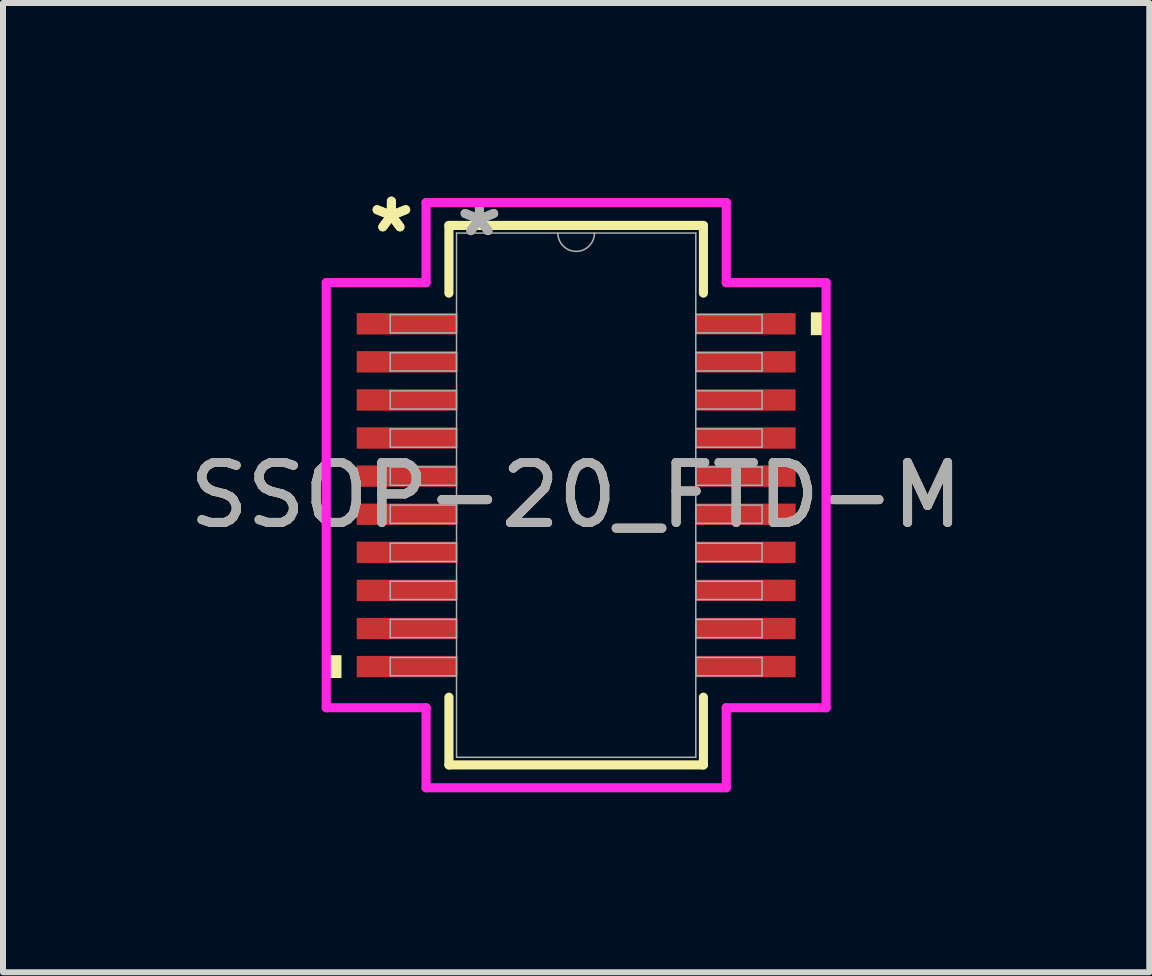
<source format=kicad_pcb>
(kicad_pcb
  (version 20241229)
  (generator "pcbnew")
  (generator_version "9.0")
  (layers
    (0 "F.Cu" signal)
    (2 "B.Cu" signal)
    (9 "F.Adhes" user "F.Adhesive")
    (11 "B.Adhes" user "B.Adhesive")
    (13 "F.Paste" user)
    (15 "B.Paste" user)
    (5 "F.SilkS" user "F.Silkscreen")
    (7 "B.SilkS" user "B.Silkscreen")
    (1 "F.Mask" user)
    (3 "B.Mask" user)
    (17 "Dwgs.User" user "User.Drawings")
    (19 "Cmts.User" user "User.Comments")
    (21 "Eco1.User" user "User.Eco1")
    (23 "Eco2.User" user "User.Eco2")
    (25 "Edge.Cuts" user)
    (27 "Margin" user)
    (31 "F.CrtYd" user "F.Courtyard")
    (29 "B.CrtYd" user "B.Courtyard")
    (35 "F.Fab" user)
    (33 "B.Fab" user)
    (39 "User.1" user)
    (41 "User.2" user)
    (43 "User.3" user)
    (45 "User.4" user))
  (footprint "SSOP-20_FTD-M"
    (layer "F.Cu")
    (at 6.554 5.204)
    (property "Reference" "SSOP-20_FTD-M" (at 0 0 0) (unlocked yes) (layer "F.SilkS") (effects (font (size 1 1) (thickness 0.15))))
    (attr smd)
    (fp_line (start -2.121 -4.496) (end -2.121 -3.368) (stroke (width 0.152) (type solid)) (layer "F.SilkS"))
    (fp_line (start -2.121 3.368) (end -2.121 4.496) (stroke (width 0.152) (type solid)) (layer "F.SilkS"))
    (fp_line (start -2.121 4.496) (end 2.121 4.496) (stroke (width 0.152) (type solid)) (layer "F.SilkS"))
    (fp_line (start 2.121 -4.496) (end -2.121 -4.496) (stroke (width 0.152) (type solid)) (layer "F.SilkS"))
    (fp_line (start 2.121 -3.368) (end 2.121 -4.496) (stroke (width 0.152) (type solid)) (layer "F.SilkS"))
    (fp_line (start 2.121 4.496) (end 2.121 3.368) (stroke (width 0.152) (type solid)) (layer "F.SilkS"))
    (fp_poly (pts (xy -4.166 2.667) (xy -4.166 3.048) (xy -3.912 3.048) (xy -3.912 2.667)) (stroke (width 0) (type solid)) (fill yes) (layer "F.SilkS"))
    (fp_poly (pts (xy 4.166 -3.048) (xy 4.166 -2.667) (xy 3.912 -2.667) (xy 3.912 -3.048)) (stroke (width 0) (type solid)) (fill yes) (layer "F.SilkS"))
    (fp_line (start -4.166 -3.543) (end -2.502 -3.543) (stroke (width 0.152) (type solid)) (layer "F.CrtYd"))
    (fp_line (start -4.166 3.543) (end -4.166 -3.543) (stroke (width 0.152) (type solid)) (layer "F.CrtYd"))
    (fp_line (start -4.166 3.543) (end -2.502 3.543) (stroke (width 0.152) (type solid)) (layer "F.CrtYd"))
    (fp_line (start -2.502 -4.877) (end 2.502 -4.877) (stroke (width 0.152) (type solid)) (layer "F.CrtYd"))
    (fp_line (start -2.502 -3.543) (end -2.502 -4.877) (stroke (width 0.152) (type solid)) (layer "F.CrtYd"))
    (fp_line (start -2.502 4.877) (end -2.502 3.543) (stroke (width 0.152) (type solid)) (layer "F.CrtYd"))
    (fp_line (start 2.502 -4.877) (end 2.502 -3.543) (stroke (width 0.152) (type solid)) (layer "F.CrtYd"))
    (fp_line (start 2.502 3.543) (end 2.502 4.877) (stroke (width 0.152) (type solid)) (layer "F.CrtYd"))
    (fp_line (start 2.502 4.877) (end -2.502 4.877) (stroke (width 0.152) (type solid)) (layer "F.CrtYd"))
    (fp_line (start 4.166 -3.543) (end 2.502 -3.543) (stroke (width 0.152) (type solid)) (layer "F.CrtYd"))
    (fp_line (start 4.166 -3.543) (end 4.166 3.543) (stroke (width 0.152) (type solid)) (layer "F.CrtYd"))
    (fp_line (start 4.166 3.543) (end 2.502 3.543) (stroke (width 0.152) (type solid)) (layer "F.CrtYd"))
    (fp_line (start -3.099 -3.01) (end -3.099 -2.705) (stroke (width 0.025) (type solid)) (layer "F.Fab"))
    (fp_line (start -3.099 -2.705) (end -1.994 -2.705) (stroke (width 0.025) (type solid)) (layer "F.Fab"))
    (fp_line (start -3.099 -2.375) (end -3.099 -2.07) (stroke (width 0.025) (type solid)) (layer "F.Fab"))
    (fp_line (start -3.099 -2.07) (end -1.994 -2.07) (stroke (width 0.025) (type solid)) (layer "F.Fab"))
    (fp_line (start -3.099 -1.74) (end -3.099 -1.435) (stroke (width 0.025) (type solid)) (layer "F.Fab"))
    (fp_line (start -3.099 -1.435) (end -1.994 -1.435) (stroke (width 0.025) (type solid)) (layer "F.Fab"))
    (fp_line (start -3.099 -1.105) (end -3.099 -0.8) (stroke (width 0.025) (type solid)) (layer "F.Fab"))
    (fp_line (start -3.099 -0.8) (end -1.994 -0.8) (stroke (width 0.025) (type solid)) (layer "F.Fab"))
    (fp_line (start -3.099 -0.47) (end -3.099 -0.165) (stroke (width 0.025) (type solid)) (layer "F.Fab"))
    (fp_line (start -3.099 -0.165) (end -1.994 -0.165) (stroke (width 0.025) (type solid)) (layer "F.Fab"))
    (fp_line (start -3.099 0.165) (end -3.099 0.47) (stroke (width 0.025) (type solid)) (layer "F.Fab"))
    (fp_line (start -3.099 0.47) (end -1.994 0.47) (stroke (width 0.025) (type solid)) (layer "F.Fab"))
    (fp_line (start -3.099 0.8) (end -3.099 1.105) (stroke (width 0.025) (type solid)) (layer "F.Fab"))
    (fp_line (start -3.099 1.105) (end -1.994 1.105) (stroke (width 0.025) (type solid)) (layer "F.Fab"))
    (fp_line (start -3.099 1.435) (end -3.099 1.74) (stroke (width 0.025) (type solid)) (layer "F.Fab"))
    (fp_line (start -3.099 1.74) (end -1.994 1.74) (stroke (width 0.025) (type solid)) (layer "F.Fab"))
    (fp_line (start -3.099 2.07) (end -3.099 2.375) (stroke (width 0.025) (type solid)) (layer "F.Fab"))
    (fp_line (start -3.099 2.375) (end -1.994 2.375) (stroke (width 0.025) (type solid)) (layer "F.Fab"))
    (fp_line (start -3.099 2.705) (end -3.099 3.01) (stroke (width 0.025) (type solid)) (layer "F.Fab"))
    (fp_line (start -3.099 3.01) (end -1.994 3.01) (stroke (width 0.025) (type solid)) (layer "F.Fab"))
    (fp_line (start -1.994 -4.369) (end -1.994 4.369) (stroke (width 0.025) (type solid)) (layer "F.Fab"))
    (fp_line (start -1.994 -3.01) (end -3.099 -3.01) (stroke (width 0.025) (type solid)) (layer "F.Fab"))
    (fp_line (start -1.994 -2.705) (end -1.994 -3.01) (stroke (width 0.025) (type solid)) (layer "F.Fab"))
    (fp_line (start -1.994 -2.375) (end -3.099 -2.375) (stroke (width 0.025) (type solid)) (layer "F.Fab"))
    (fp_line (start -1.994 -2.07) (end -1.994 -2.375) (stroke (width 0.025) (type solid)) (layer "F.Fab"))
    (fp_line (start -1.994 -1.74) (end -3.099 -1.74) (stroke (width 0.025) (type solid)) (layer "F.Fab"))
    (fp_line (start -1.994 -1.435) (end -1.994 -1.74) (stroke (width 0.025) (type solid)) (layer "F.Fab"))
    (fp_line (start -1.994 -1.105) (end -3.099 -1.105) (stroke (width 0.025) (type solid)) (layer "F.Fab"))
    (fp_line (start -1.994 -0.8) (end -1.994 -1.105) (stroke (width 0.025) (type solid)) (layer "F.Fab"))
    (fp_line (start -1.994 -0.47) (end -3.099 -0.47) (stroke (width 0.025) (type solid)) (layer "F.Fab"))
    (fp_line (start -1.994 -0.165) (end -1.994 -0.47) (stroke (width 0.025) (type solid)) (layer "F.Fab"))
    (fp_line (start -1.994 0.165) (end -3.099 0.165) (stroke (width 0.025) (type solid)) (layer "F.Fab"))
    (fp_line (start -1.994 0.47) (end -1.994 0.165) (stroke (width 0.025) (type solid)) (layer "F.Fab"))
    (fp_line (start -1.994 0.8) (end -3.099 0.8) (stroke (width 0.025) (type solid)) (layer "F.Fab"))
    (fp_line (start -1.994 1.105) (end -1.994 0.8) (stroke (width 0.025) (type solid)) (layer "F.Fab"))
    (fp_line (start -1.994 1.435) (end -3.099 1.435) (stroke (width 0.025) (type solid)) (layer "F.Fab"))
    (fp_line (start -1.994 1.74) (end -1.994 1.435) (stroke (width 0.025) (type solid)) (layer "F.Fab"))
    (fp_line (start -1.994 2.07) (end -3.099 2.07) (stroke (width 0.025) (type solid)) (layer "F.Fab"))
    (fp_line (start -1.994 2.375) (end -1.994 2.07) (stroke (width 0.025) (type solid)) (layer "F.Fab"))
    (fp_line (start -1.994 2.705) (end -3.099 2.705) (stroke (width 0.025) (type solid)) (layer "F.Fab"))
    (fp_line (start -1.994 3.01) (end -1.994 2.705) (stroke (width 0.025) (type solid)) (layer "F.Fab"))
    (fp_line (start -1.994 4.369) (end 1.994 4.369) (stroke (width 0.025) (type solid)) (layer "F.Fab"))
    (fp_line (start 1.994 -4.369) (end -1.994 -4.369) (stroke (width 0.025) (type solid)) (layer "F.Fab"))
    (fp_line (start 1.994 -3.01) (end 1.994 -2.705) (stroke (width 0.025) (type solid)) (layer "F.Fab"))
    (fp_line (start 1.994 -2.705) (end 3.099 -2.705) (stroke (width 0.025) (type solid)) (layer "F.Fab"))
    (fp_line (start 1.994 -2.375) (end 1.994 -2.07) (stroke (width 0.025) (type solid)) (layer "F.Fab"))
    (fp_line (start 1.994 -2.07) (end 3.099 -2.07) (stroke (width 0.025) (type solid)) (layer "F.Fab"))
    (fp_line (start 1.994 -1.74) (end 1.994 -1.435) (stroke (width 0.025) (type solid)) (layer "F.Fab"))
    (fp_line (start 1.994 -1.435) (end 3.099 -1.435) (stroke (width 0.025) (type solid)) (layer "F.Fab"))
    (fp_line (start 1.994 -1.105) (end 1.994 -0.8) (stroke (width 0.025) (type solid)) (layer "F.Fab"))
    (fp_line (start 1.994 -0.8) (end 3.099 -0.8) (stroke (width 0.025) (type solid)) (layer "F.Fab"))
    (fp_line (start 1.994 -0.47) (end 1.994 -0.165) (stroke (width 0.025) (type solid)) (layer "F.Fab"))
    (fp_line (start 1.994 -0.165) (end 3.099 -0.165) (stroke (width 0.025) (type solid)) (layer "F.Fab"))
    (fp_line (start 1.994 0.165) (end 1.994 0.47) (stroke (width 0.025) (type solid)) (layer "F.Fab"))
    (fp_line (start 1.994 0.47) (end 3.099 0.47) (stroke (width 0.025) (type solid)) (layer "F.Fab"))
    (fp_line (start 1.994 0.8) (end 1.994 1.105) (stroke (width 0.025) (type solid)) (layer "F.Fab"))
    (fp_line (start 1.994 1.105) (end 3.099 1.105) (stroke (width 0.025) (type solid)) (layer "F.Fab"))
    (fp_line (start 1.994 1.435) (end 1.994 1.74) (stroke (width 0.025) (type solid)) (layer "F.Fab"))
    (fp_line (start 1.994 1.74) (end 3.099 1.74) (stroke (width 0.025) (type solid)) (layer "F.Fab"))
    (fp_line (start 1.994 2.07) (end 1.994 2.375) (stroke (width 0.025) (type solid)) (layer "F.Fab"))
    (fp_line (start 1.994 2.375) (end 3.099 2.375) (stroke (width 0.025) (type solid)) (layer "F.Fab"))
    (fp_line (start 1.994 2.705) (end 1.994 3.01) (stroke (width 0.025) (type solid)) (layer "F.Fab"))
    (fp_line (start 1.994 3.01) (end 3.099 3.01) (stroke (width 0.025) (type solid)) (layer "F.Fab"))
    (fp_line (start 1.994 4.369) (end 1.994 -4.369) (stroke (width 0.025) (type solid)) (layer "F.Fab"))
    (fp_line (start 3.099 -3.01) (end 1.994 -3.01) (stroke (width 0.025) (type solid)) (layer "F.Fab"))
    (fp_line (start 3.099 -2.705) (end 3.099 -3.01) (stroke (width 0.025) (type solid)) (layer "F.Fab"))
    (fp_line (start 3.099 -2.375) (end 1.994 -2.375) (stroke (width 0.025) (type solid)) (layer "F.Fab"))
    (fp_line (start 3.099 -2.07) (end 3.099 -2.375) (stroke (width 0.025) (type solid)) (layer "F.Fab"))
    (fp_line (start 3.099 -1.74) (end 1.994 -1.74) (stroke (width 0.025) (type solid)) (layer "F.Fab"))
    (fp_line (start 3.099 -1.435) (end 3.099 -1.74) (stroke (width 0.025) (type solid)) (layer "F.Fab"))
    (fp_line (start 3.099 -1.105) (end 1.994 -1.105) (stroke (width 0.025) (type solid)) (layer "F.Fab"))
    (fp_line (start 3.099 -0.8) (end 3.099 -1.105) (stroke (width 0.025) (type solid)) (layer "F.Fab"))
    (fp_line (start 3.099 -0.47) (end 1.994 -0.47) (stroke (width 0.025) (type solid)) (layer "F.Fab"))
    (fp_line (start 3.099 -0.165) (end 3.099 -0.47) (stroke (width 0.025) (type solid)) (layer "F.Fab"))
    (fp_line (start 3.099 0.165) (end 1.994 0.165) (stroke (width 0.025) (type solid)) (layer "F.Fab"))
    (fp_line (start 3.099 0.47) (end 3.099 0.165) (stroke (width 0.025) (type solid)) (layer "F.Fab"))
    (fp_line (start 3.099 0.8) (end 1.994 0.8) (stroke (width 0.025) (type solid)) (layer "F.Fab"))
    (fp_line (start 3.099 1.105) (end 3.099 0.8) (stroke (width 0.025) (type solid)) (layer "F.Fab"))
    (fp_line (start 3.099 1.435) (end 1.994 1.435) (stroke (width 0.025) (type solid)) (layer "F.Fab"))
    (fp_line (start 3.099 1.74) (end 3.099 1.435) (stroke (width 0.025) (type solid)) (layer "F.Fab"))
    (fp_line (start 3.099 2.07) (end 1.994 2.07) (stroke (width 0.025) (type solid)) (layer "F.Fab"))
    (fp_line (start 3.099 2.375) (end 3.099 2.07) (stroke (width 0.025) (type solid)) (layer "F.Fab"))
    (fp_line (start 3.099 2.705) (end 1.994 2.705) (stroke (width 0.025) (type solid)) (layer "F.Fab"))
    (fp_line (start 3.099 3.01) (end 3.099 2.705) (stroke (width 0.025) (type solid)) (layer "F.Fab"))
    (fp_arc (start 0.3048 -4.3688) (mid 0 -4.064) (end -0.3048 -4.3688) (stroke (width 0.0254) (type solid)) (layer "F.Fab"))
    (fp_text user "*" (at -3.08 -4.356 0) (layer "F.SilkS") (effects (font (size 1 1) (thickness 0.15))))
    (fp_text user "*" (at -3.08 -4.356 0) (unlocked yes) (layer "F.SilkS") (effects (font (size 1 1) (thickness 0.15))))
    (fp_text user "${REFERENCE}" (at 0 0 0) (unlocked yes) (layer "F.Fab") (effects (font (size 1 1) (thickness 0.15))))
    (fp_text user "*" (at -1.613 -4.293 0) (layer "F.Fab") (effects (font (size 1 1) (thickness 0.15))))
    (fp_text user "*" (at -1.613 -4.293 0) (unlocked yes) (layer "F.Fab") (effects (font (size 1 1) (thickness 0.15))))
    (pad "1" smd rect (at -2.826 -2.857) (size 1.664 0.356) (layers "F.Cu" "F.Mask" "F.Paste"))
    (pad "2" smd rect (at -2.826 -2.223) (size 1.664 0.356) (layers "F.Cu" "F.Mask" "F.Paste"))
    (pad "3" smd rect (at -2.826 -1.587) (size 1.664 0.356) (layers "F.Cu" "F.Mask" "F.Paste"))
    (pad "4" smd rect (at -2.826 -0.953) (size 1.664 0.356) (layers "F.Cu" "F.Mask" "F.Paste"))
    (pad "5" smd rect (at -2.826 -0.318) (size 1.664 0.356) (layers "F.Cu" "F.Mask" "F.Paste"))
    (pad "6" smd rect (at -2.826 0.318) (size 1.664 0.356) (layers "F.Cu" "F.Mask" "F.Paste"))
    (pad "7" smd rect (at -2.826 0.953) (size 1.664 0.356) (layers "F.Cu" "F.Mask" "F.Paste"))
    (pad "8" smd rect (at -2.826 1.587) (size 1.664 0.356) (layers "F.Cu" "F.Mask" "F.Paste"))
    (pad "9" smd rect (at -2.826 2.223) (size 1.664 0.356) (layers "F.Cu" "F.Mask" "F.Paste"))
    (pad "10" smd rect (at -2.826 2.857) (size 1.664 0.356) (layers "F.Cu" "F.Mask" "F.Paste"))
    (pad "11" smd rect (at 2.826 2.857) (size 1.664 0.356) (layers "F.Cu" "F.Mask" "F.Paste"))
    (pad "12" smd rect (at 2.826 2.223) (size 1.664 0.356) (layers "F.Cu" "F.Mask" "F.Paste"))
    (pad "13" smd rect (at 2.826 1.587) (size 1.664 0.356) (layers "F.Cu" "F.Mask" "F.Paste"))
    (pad "14" smd rect (at 2.826 0.953) (size 1.664 0.356) (layers "F.Cu" "F.Mask" "F.Paste"))
    (pad "15" smd rect (at 2.826 0.318) (size 1.664 0.356) (layers "F.Cu" "F.Mask" "F.Paste"))
    (pad "16" smd rect (at 2.826 -0.318) (size 1.664 0.356) (layers "F.Cu" "F.Mask" "F.Paste"))
    (pad "17" smd rect (at 2.826 -0.953) (size 1.664 0.356) (layers "F.Cu" "F.Mask" "F.Paste"))
    (pad "18" smd rect (at 2.826 -1.587) (size 1.664 0.356) (layers "F.Cu" "F.Mask" "F.Paste"))
    (pad "19" smd rect (at 2.826 -2.223) (size 1.664 0.356) (layers "F.Cu" "F.Mask" "F.Paste"))
    (pad "20" smd rect (at 2.826 -2.857) (size 1.664 0.356) (layers "F.Cu" "F.Mask" "F.Paste")))
  (gr_rect
    (start -3 -3)
    (end 16.107 13.157)
    (stroke (width 0.1) (type default))
    (fill no)
    (layer "Edge.Cuts")))
</source>
